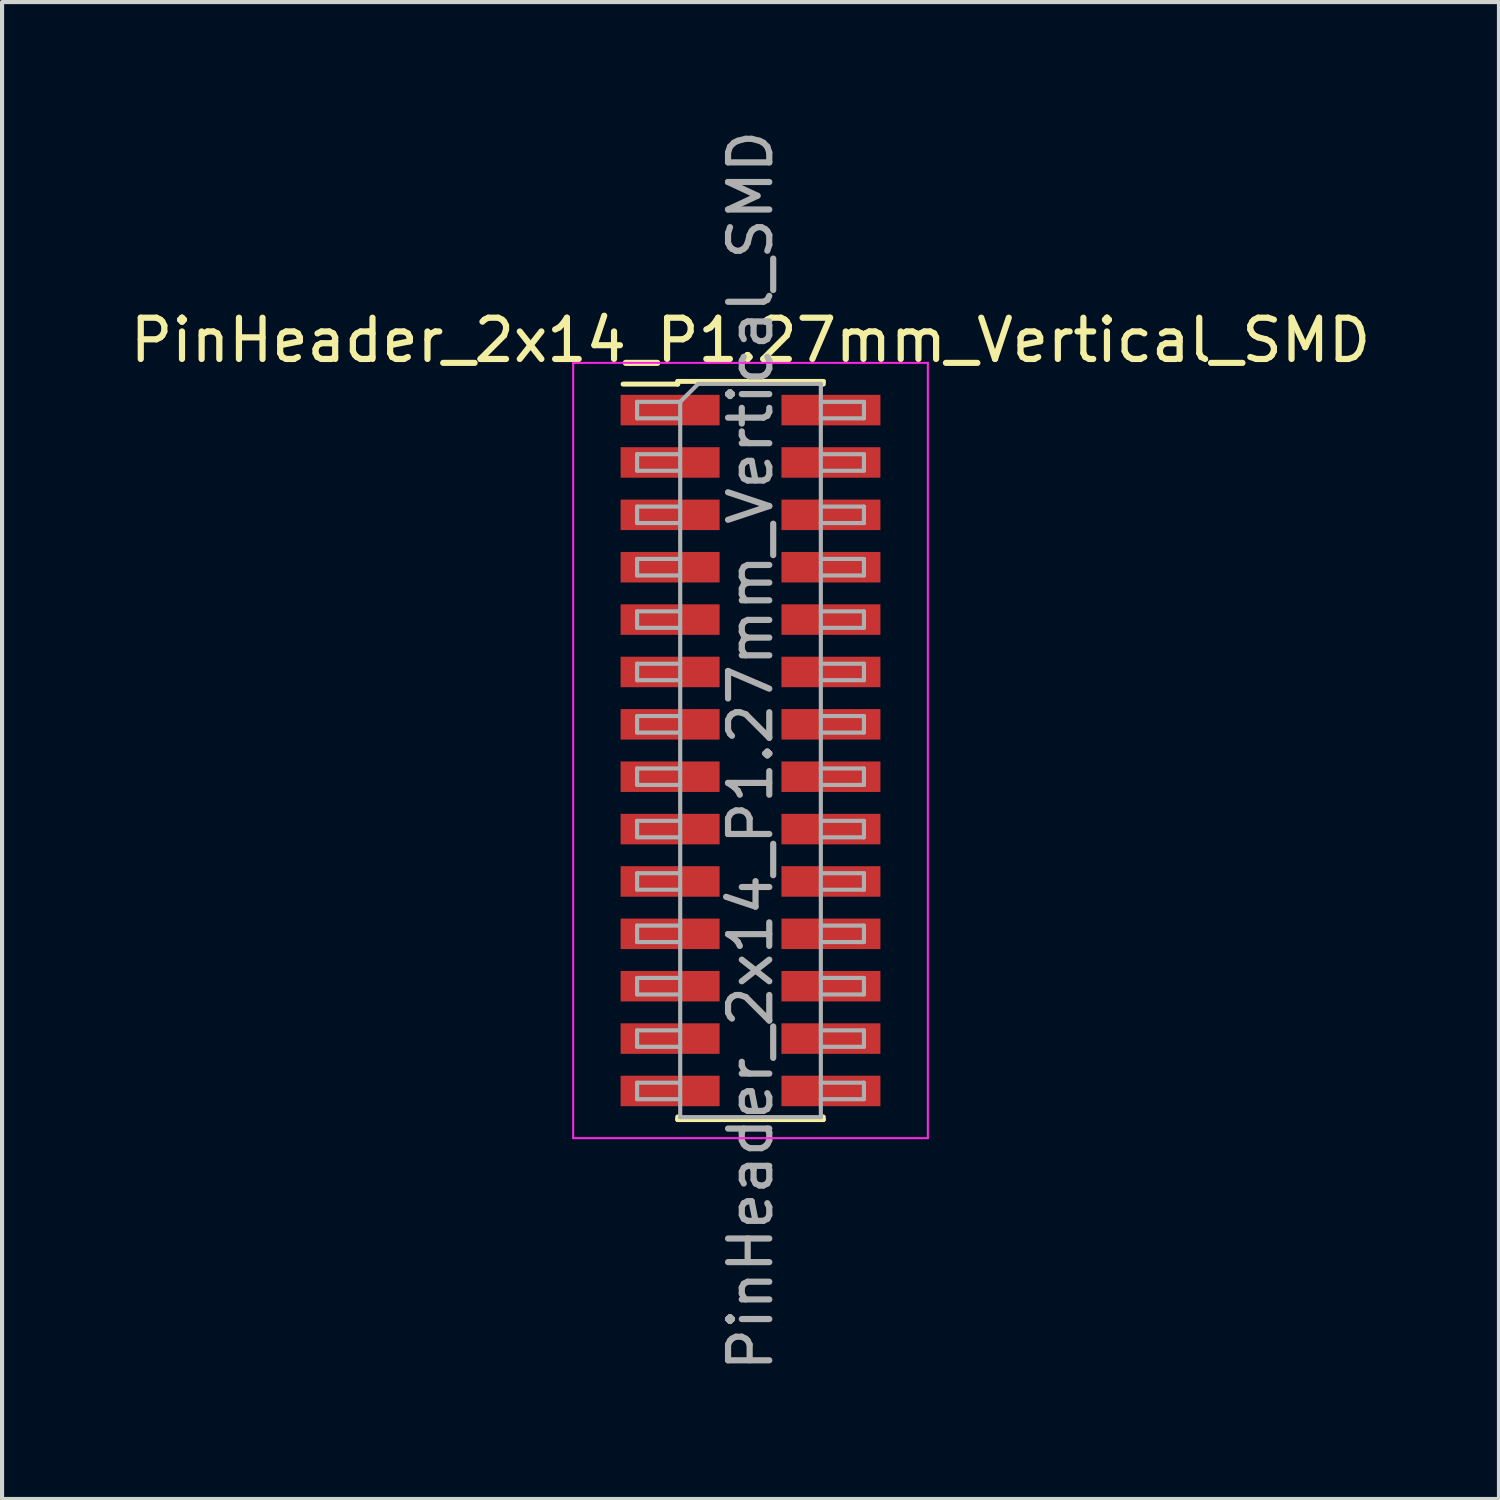
<source format=kicad_pcb>
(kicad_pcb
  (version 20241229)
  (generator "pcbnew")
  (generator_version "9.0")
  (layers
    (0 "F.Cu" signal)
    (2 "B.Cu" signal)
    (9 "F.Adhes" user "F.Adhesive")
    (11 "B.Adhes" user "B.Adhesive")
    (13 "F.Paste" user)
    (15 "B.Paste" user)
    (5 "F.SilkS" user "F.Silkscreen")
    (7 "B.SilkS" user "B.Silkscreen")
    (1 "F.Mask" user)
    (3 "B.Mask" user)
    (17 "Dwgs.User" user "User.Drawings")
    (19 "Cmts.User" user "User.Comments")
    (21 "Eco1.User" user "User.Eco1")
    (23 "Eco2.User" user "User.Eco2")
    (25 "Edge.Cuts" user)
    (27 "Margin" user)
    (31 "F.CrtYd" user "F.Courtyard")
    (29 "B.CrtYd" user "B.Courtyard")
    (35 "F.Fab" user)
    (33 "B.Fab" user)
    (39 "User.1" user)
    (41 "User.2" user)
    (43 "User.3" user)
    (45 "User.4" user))
  (footprint "PinHeader_2x14_P1.27mm_Vertical_SMD"
    (layer "F.Cu")
    (at 15.149 15.149)
    (property "Reference" "PinHeader_2x14_P1.27mm_Vertical_SMD" (at 0 -9.95 0) (layer "F.SilkS") (effects (font (size 1 1) (thickness 0.15))))
    (attr smd)
    (fp_line (start -3.09 -8.885) (end -1.765 -8.885) (stroke (width 0.12) (type solid)) (layer "F.SilkS"))
    (fp_line (start -1.765 -8.95) (end -1.765 -8.885) (stroke (width 0.12) (type solid)) (layer "F.SilkS"))
    (fp_line (start -1.765 -8.95) (end 1.765 -8.95) (stroke (width 0.12) (type solid)) (layer "F.SilkS"))
    (fp_line (start -1.765 8.885) (end -1.765 8.95) (stroke (width 0.12) (type solid)) (layer "F.SilkS"))
    (fp_line (start -1.765 8.95) (end 1.765 8.95) (stroke (width 0.12) (type solid)) (layer "F.SilkS"))
    (fp_line (start 1.765 -8.95) (end 1.765 -8.885) (stroke (width 0.12) (type solid)) (layer "F.SilkS"))
    (fp_line (start 1.765 8.885) (end 1.765 8.95) (stroke (width 0.12) (type solid)) (layer "F.SilkS"))
    (fp_line (start -4.3 -9.4) (end -4.3 9.4) (stroke (width 0.05) (type solid)) (layer "F.CrtYd"))
    (fp_line (start -4.3 9.4) (end 4.3 9.4) (stroke (width 0.05) (type solid)) (layer "F.CrtYd"))
    (fp_line (start 4.3 -9.4) (end -4.3 -9.4) (stroke (width 0.05) (type solid)) (layer "F.CrtYd"))
    (fp_line (start 4.3 9.4) (end 4.3 -9.4) (stroke (width 0.05) (type solid)) (layer "F.CrtYd"))
    (fp_line (start -2.75 -8.455) (end -2.75 -8.055) (stroke (width 0.1) (type solid)) (layer "F.Fab"))
    (fp_line (start -2.75 -8.055) (end -1.705 -8.055) (stroke (width 0.1) (type solid)) (layer "F.Fab"))
    (fp_line (start -2.75 -7.185) (end -2.75 -6.785) (stroke (width 0.1) (type solid)) (layer "F.Fab"))
    (fp_line (start -2.75 -6.785) (end -1.705 -6.785) (stroke (width 0.1) (type solid)) (layer "F.Fab"))
    (fp_line (start -2.75 -5.915) (end -2.75 -5.515) (stroke (width 0.1) (type solid)) (layer "F.Fab"))
    (fp_line (start -2.75 -5.515) (end -1.705 -5.515) (stroke (width 0.1) (type solid)) (layer "F.Fab"))
    (fp_line (start -2.75 -4.645) (end -2.75 -4.245) (stroke (width 0.1) (type solid)) (layer "F.Fab"))
    (fp_line (start -2.75 -4.245) (end -1.705 -4.245) (stroke (width 0.1) (type solid)) (layer "F.Fab"))
    (fp_line (start -2.75 -3.375) (end -2.75 -2.975) (stroke (width 0.1) (type solid)) (layer "F.Fab"))
    (fp_line (start -2.75 -2.975) (end -1.705 -2.975) (stroke (width 0.1) (type solid)) (layer "F.Fab"))
    (fp_line (start -2.75 -2.105) (end -2.75 -1.705) (stroke (width 0.1) (type solid)) (layer "F.Fab"))
    (fp_line (start -2.75 -1.705) (end -1.705 -1.705) (stroke (width 0.1) (type solid)) (layer "F.Fab"))
    (fp_line (start -2.75 -0.835) (end -2.75 -0.435) (stroke (width 0.1) (type solid)) (layer "F.Fab"))
    (fp_line (start -2.75 -0.435) (end -1.705 -0.435) (stroke (width 0.1) (type solid)) (layer "F.Fab"))
    (fp_line (start -2.75 0.435) (end -2.75 0.835) (stroke (width 0.1) (type solid)) (layer "F.Fab"))
    (fp_line (start -2.75 0.835) (end -1.705 0.835) (stroke (width 0.1) (type solid)) (layer "F.Fab"))
    (fp_line (start -2.75 1.705) (end -2.75 2.105) (stroke (width 0.1) (type solid)) (layer "F.Fab"))
    (fp_line (start -2.75 2.105) (end -1.705 2.105) (stroke (width 0.1) (type solid)) (layer "F.Fab"))
    (fp_line (start -2.75 2.975) (end -2.75 3.375) (stroke (width 0.1) (type solid)) (layer "F.Fab"))
    (fp_line (start -2.75 3.375) (end -1.705 3.375) (stroke (width 0.1) (type solid)) (layer "F.Fab"))
    (fp_line (start -2.75 4.245) (end -2.75 4.645) (stroke (width 0.1) (type solid)) (layer "F.Fab"))
    (fp_line (start -2.75 4.645) (end -1.705 4.645) (stroke (width 0.1) (type solid)) (layer "F.Fab"))
    (fp_line (start -2.75 5.515) (end -2.75 5.915) (stroke (width 0.1) (type solid)) (layer "F.Fab"))
    (fp_line (start -2.75 5.915) (end -1.705 5.915) (stroke (width 0.1) (type solid)) (layer "F.Fab"))
    (fp_line (start -2.75 6.785) (end -2.75 7.185) (stroke (width 0.1) (type solid)) (layer "F.Fab"))
    (fp_line (start -2.75 7.185) (end -1.705 7.185) (stroke (width 0.1) (type solid)) (layer "F.Fab"))
    (fp_line (start -2.75 8.055) (end -2.75 8.455) (stroke (width 0.1) (type solid)) (layer "F.Fab"))
    (fp_line (start -2.75 8.455) (end -1.705 8.455) (stroke (width 0.1) (type solid)) (layer "F.Fab"))
    (fp_line (start -1.705 -8.455) (end -2.75 -8.455) (stroke (width 0.1) (type solid)) (layer "F.Fab"))
    (fp_line (start -1.705 -8.455) (end -1.27 -8.89) (stroke (width 0.1) (type solid)) (layer "F.Fab"))
    (fp_line (start -1.705 -7.185) (end -2.75 -7.185) (stroke (width 0.1) (type solid)) (layer "F.Fab"))
    (fp_line (start -1.705 -5.915) (end -2.75 -5.915) (stroke (width 0.1) (type solid)) (layer "F.Fab"))
    (fp_line (start -1.705 -4.645) (end -2.75 -4.645) (stroke (width 0.1) (type solid)) (layer "F.Fab"))
    (fp_line (start -1.705 -3.375) (end -2.75 -3.375) (stroke (width 0.1) (type solid)) (layer "F.Fab"))
    (fp_line (start -1.705 -2.105) (end -2.75 -2.105) (stroke (width 0.1) (type solid)) (layer "F.Fab"))
    (fp_line (start -1.705 -0.835) (end -2.75 -0.835) (stroke (width 0.1) (type solid)) (layer "F.Fab"))
    (fp_line (start -1.705 0.435) (end -2.75 0.435) (stroke (width 0.1) (type solid)) (layer "F.Fab"))
    (fp_line (start -1.705 1.705) (end -2.75 1.705) (stroke (width 0.1) (type solid)) (layer "F.Fab"))
    (fp_line (start -1.705 2.975) (end -2.75 2.975) (stroke (width 0.1) (type solid)) (layer "F.Fab"))
    (fp_line (start -1.705 4.245) (end -2.75 4.245) (stroke (width 0.1) (type solid)) (layer "F.Fab"))
    (fp_line (start -1.705 5.515) (end -2.75 5.515) (stroke (width 0.1) (type solid)) (layer "F.Fab"))
    (fp_line (start -1.705 6.785) (end -2.75 6.785) (stroke (width 0.1) (type solid)) (layer "F.Fab"))
    (fp_line (start -1.705 8.055) (end -2.75 8.055) (stroke (width 0.1) (type solid)) (layer "F.Fab"))
    (fp_line (start -1.705 8.89) (end -1.705 -8.455) (stroke (width 0.1) (type solid)) (layer "F.Fab"))
    (fp_line (start -1.27 -8.89) (end 1.705 -8.89) (stroke (width 0.1) (type solid)) (layer "F.Fab"))
    (fp_line (start 1.705 -8.89) (end 1.705 8.89) (stroke (width 0.1) (type solid)) (layer "F.Fab"))
    (fp_line (start 1.705 -8.455) (end 2.75 -8.455) (stroke (width 0.1) (type solid)) (layer "F.Fab"))
    (fp_line (start 1.705 -7.185) (end 2.75 -7.185) (stroke (width 0.1) (type solid)) (layer "F.Fab"))
    (fp_line (start 1.705 -5.915) (end 2.75 -5.915) (stroke (width 0.1) (type solid)) (layer "F.Fab"))
    (fp_line (start 1.705 -4.645) (end 2.75 -4.645) (stroke (width 0.1) (type solid)) (layer "F.Fab"))
    (fp_line (start 1.705 -3.375) (end 2.75 -3.375) (stroke (width 0.1) (type solid)) (layer "F.Fab"))
    (fp_line (start 1.705 -2.105) (end 2.75 -2.105) (stroke (width 0.1) (type solid)) (layer "F.Fab"))
    (fp_line (start 1.705 -0.835) (end 2.75 -0.835) (stroke (width 0.1) (type solid)) (layer "F.Fab"))
    (fp_line (start 1.705 0.435) (end 2.75 0.435) (stroke (width 0.1) (type solid)) (layer "F.Fab"))
    (fp_line (start 1.705 1.705) (end 2.75 1.705) (stroke (width 0.1) (type solid)) (layer "F.Fab"))
    (fp_line (start 1.705 2.975) (end 2.75 2.975) (stroke (width 0.1) (type solid)) (layer "F.Fab"))
    (fp_line (start 1.705 4.245) (end 2.75 4.245) (stroke (width 0.1) (type solid)) (layer "F.Fab"))
    (fp_line (start 1.705 5.515) (end 2.75 5.515) (stroke (width 0.1) (type solid)) (layer "F.Fab"))
    (fp_line (start 1.705 6.785) (end 2.75 6.785) (stroke (width 0.1) (type solid)) (layer "F.Fab"))
    (fp_line (start 1.705 8.055) (end 2.75 8.055) (stroke (width 0.1) (type solid)) (layer "F.Fab"))
    (fp_line (start 1.705 8.89) (end -1.705 8.89) (stroke (width 0.1) (type solid)) (layer "F.Fab"))
    (fp_line (start 2.75 -8.455) (end 2.75 -8.055) (stroke (width 0.1) (type solid)) (layer "F.Fab"))
    (fp_line (start 2.75 -8.055) (end 1.705 -8.055) (stroke (width 0.1) (type solid)) (layer "F.Fab"))
    (fp_line (start 2.75 -7.185) (end 2.75 -6.785) (stroke (width 0.1) (type solid)) (layer "F.Fab"))
    (fp_line (start 2.75 -6.785) (end 1.705 -6.785) (stroke (width 0.1) (type solid)) (layer "F.Fab"))
    (fp_line (start 2.75 -5.915) (end 2.75 -5.515) (stroke (width 0.1) (type solid)) (layer "F.Fab"))
    (fp_line (start 2.75 -5.515) (end 1.705 -5.515) (stroke (width 0.1) (type solid)) (layer "F.Fab"))
    (fp_line (start 2.75 -4.645) (end 2.75 -4.245) (stroke (width 0.1) (type solid)) (layer "F.Fab"))
    (fp_line (start 2.75 -4.245) (end 1.705 -4.245) (stroke (width 0.1) (type solid)) (layer "F.Fab"))
    (fp_line (start 2.75 -3.375) (end 2.75 -2.975) (stroke (width 0.1) (type solid)) (layer "F.Fab"))
    (fp_line (start 2.75 -2.975) (end 1.705 -2.975) (stroke (width 0.1) (type solid)) (layer "F.Fab"))
    (fp_line (start 2.75 -2.105) (end 2.75 -1.705) (stroke (width 0.1) (type solid)) (layer "F.Fab"))
    (fp_line (start 2.75 -1.705) (end 1.705 -1.705) (stroke (width 0.1) (type solid)) (layer "F.Fab"))
    (fp_line (start 2.75 -0.835) (end 2.75 -0.435) (stroke (width 0.1) (type solid)) (layer "F.Fab"))
    (fp_line (start 2.75 -0.435) (end 1.705 -0.435) (stroke (width 0.1) (type solid)) (layer "F.Fab"))
    (fp_line (start 2.75 0.435) (end 2.75 0.835) (stroke (width 0.1) (type solid)) (layer "F.Fab"))
    (fp_line (start 2.75 0.835) (end 1.705 0.835) (stroke (width 0.1) (type solid)) (layer "F.Fab"))
    (fp_line (start 2.75 1.705) (end 2.75 2.105) (stroke (width 0.1) (type solid)) (layer "F.Fab"))
    (fp_line (start 2.75 2.105) (end 1.705 2.105) (stroke (width 0.1) (type solid)) (layer "F.Fab"))
    (fp_line (start 2.75 2.975) (end 2.75 3.375) (stroke (width 0.1) (type solid)) (layer "F.Fab"))
    (fp_line (start 2.75 3.375) (end 1.705 3.375) (stroke (width 0.1) (type solid)) (layer "F.Fab"))
    (fp_line (start 2.75 4.245) (end 2.75 4.645) (stroke (width 0.1) (type solid)) (layer "F.Fab"))
    (fp_line (start 2.75 4.645) (end 1.705 4.645) (stroke (width 0.1) (type solid)) (layer "F.Fab"))
    (fp_line (start 2.75 5.515) (end 2.75 5.915) (stroke (width 0.1) (type solid)) (layer "F.Fab"))
    (fp_line (start 2.75 5.915) (end 1.705 5.915) (stroke (width 0.1) (type solid)) (layer "F.Fab"))
    (fp_line (start 2.75 6.785) (end 2.75 7.185) (stroke (width 0.1) (type solid)) (layer "F.Fab"))
    (fp_line (start 2.75 7.185) (end 1.705 7.185) (stroke (width 0.1) (type solid)) (layer "F.Fab"))
    (fp_line (start 2.75 8.055) (end 2.75 8.455) (stroke (width 0.1) (type solid)) (layer "F.Fab"))
    (fp_line (start 2.75 8.455) (end 1.705 8.455) (stroke (width 0.1) (type solid)) (layer "F.Fab"))
    (fp_text user "${REFERENCE}" (at 0 0 90) (layer "F.Fab") (effects (font (size 1 1) (thickness 0.15))))
    (pad "1" smd rect (at -1.95 -8.255) (size 2.4 0.74) (layers "F.Cu" "F.Mask" "F.Paste"))
    (pad "2" smd rect (at 1.95 -8.255) (size 2.4 0.74) (layers "F.Cu" "F.Mask" "F.Paste"))
    (pad "3" smd rect (at -1.95 -6.985) (size 2.4 0.74) (layers "F.Cu" "F.Mask" "F.Paste"))
    (pad "4" smd rect (at 1.95 -6.985) (size 2.4 0.74) (layers "F.Cu" "F.Mask" "F.Paste"))
    (pad "5" smd rect (at -1.95 -5.715) (size 2.4 0.74) (layers "F.Cu" "F.Mask" "F.Paste"))
    (pad "6" smd rect (at 1.95 -5.715) (size 2.4 0.74) (layers "F.Cu" "F.Mask" "F.Paste"))
    (pad "7" smd rect (at -1.95 -4.445) (size 2.4 0.74) (layers "F.Cu" "F.Mask" "F.Paste"))
    (pad "8" smd rect (at 1.95 -4.445) (size 2.4 0.74) (layers "F.Cu" "F.Mask" "F.Paste"))
    (pad "9" smd rect (at -1.95 -3.175) (size 2.4 0.74) (layers "F.Cu" "F.Mask" "F.Paste"))
    (pad "10" smd rect (at 1.95 -3.175) (size 2.4 0.74) (layers "F.Cu" "F.Mask" "F.Paste"))
    (pad "11" smd rect (at -1.95 -1.905) (size 2.4 0.74) (layers "F.Cu" "F.Mask" "F.Paste"))
    (pad "12" smd rect (at 1.95 -1.905) (size 2.4 0.74) (layers "F.Cu" "F.Mask" "F.Paste"))
    (pad "13" smd rect (at -1.95 -0.635) (size 2.4 0.74) (layers "F.Cu" "F.Mask" "F.Paste"))
    (pad "14" smd rect (at 1.95 -0.635) (size 2.4 0.74) (layers "F.Cu" "F.Mask" "F.Paste"))
    (pad "15" smd rect (at -1.95 0.635) (size 2.4 0.74) (layers "F.Cu" "F.Mask" "F.Paste"))
    (pad "16" smd rect (at 1.95 0.635) (size 2.4 0.74) (layers "F.Cu" "F.Mask" "F.Paste"))
    (pad "17" smd rect (at -1.95 1.905) (size 2.4 0.74) (layers "F.Cu" "F.Mask" "F.Paste"))
    (pad "18" smd rect (at 1.95 1.905) (size 2.4 0.74) (layers "F.Cu" "F.Mask" "F.Paste"))
    (pad "19" smd rect (at -1.95 3.175) (size 2.4 0.74) (layers "F.Cu" "F.Mask" "F.Paste"))
    (pad "20" smd rect (at 1.95 3.175) (size 2.4 0.74) (layers "F.Cu" "F.Mask" "F.Paste"))
    (pad "21" smd rect (at -1.95 4.445) (size 2.4 0.74) (layers "F.Cu" "F.Mask" "F.Paste"))
    (pad "22" smd rect (at 1.95 4.445) (size 2.4 0.74) (layers "F.Cu" "F.Mask" "F.Paste"))
    (pad "23" smd rect (at -1.95 5.715) (size 2.4 0.74) (layers "F.Cu" "F.Mask" "F.Paste"))
    (pad "24" smd rect (at 1.95 5.715) (size 2.4 0.74) (layers "F.Cu" "F.Mask" "F.Paste"))
    (pad "25" smd rect (at -1.95 6.985) (size 2.4 0.74) (layers "F.Cu" "F.Mask" "F.Paste"))
    (pad "26" smd rect (at 1.95 6.985) (size 2.4 0.74) (layers "F.Cu" "F.Mask" "F.Paste"))
    (pad "27" smd rect (at -1.95 8.255) (size 2.4 0.74) (layers "F.Cu" "F.Mask" "F.Paste"))
    (pad "28" smd rect (at 1.95 8.255) (size 2.4 0.74) (layers "F.Cu" "F.Mask" "F.Paste")))
  (gr_rect
    (start -3 -3)
    (end 33.298 33.298)
    (stroke (width 0.1) (type default))
    (fill no)
    (layer "Edge.Cuts")))
</source>
